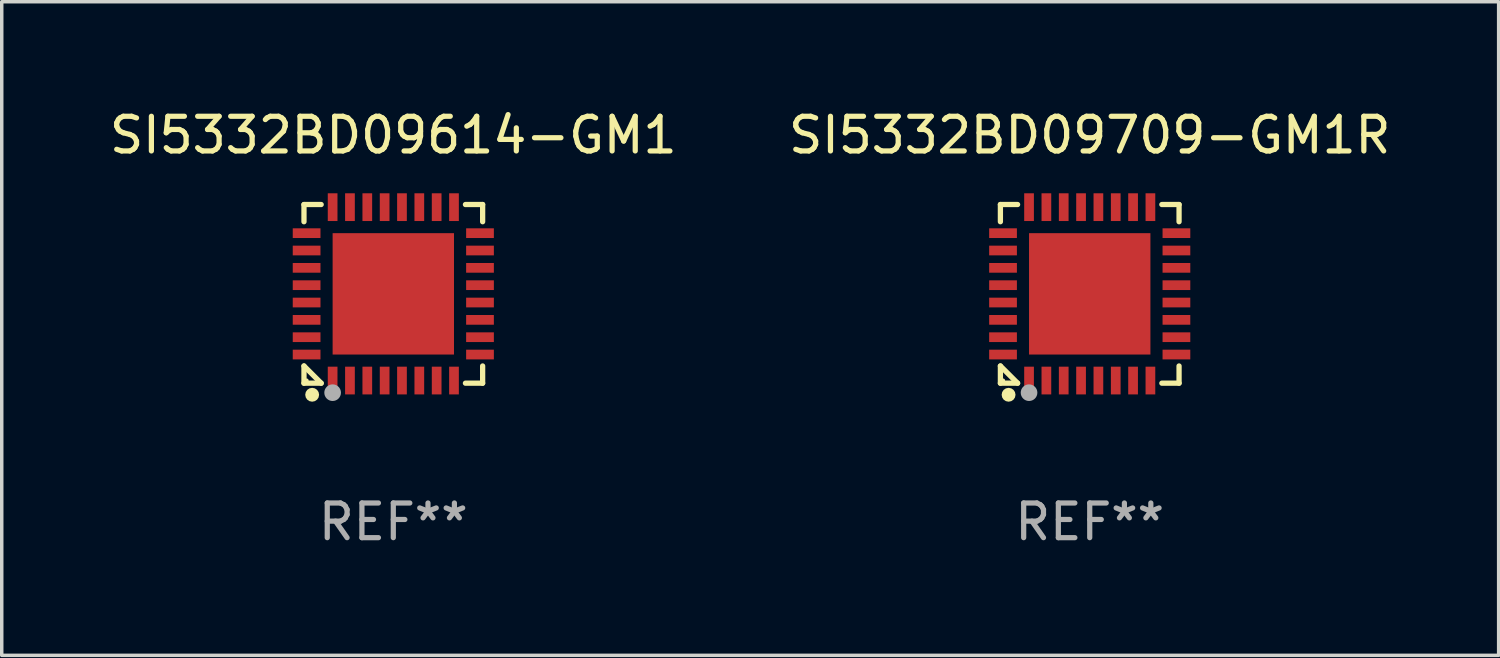
<source format=kicad_pcb>
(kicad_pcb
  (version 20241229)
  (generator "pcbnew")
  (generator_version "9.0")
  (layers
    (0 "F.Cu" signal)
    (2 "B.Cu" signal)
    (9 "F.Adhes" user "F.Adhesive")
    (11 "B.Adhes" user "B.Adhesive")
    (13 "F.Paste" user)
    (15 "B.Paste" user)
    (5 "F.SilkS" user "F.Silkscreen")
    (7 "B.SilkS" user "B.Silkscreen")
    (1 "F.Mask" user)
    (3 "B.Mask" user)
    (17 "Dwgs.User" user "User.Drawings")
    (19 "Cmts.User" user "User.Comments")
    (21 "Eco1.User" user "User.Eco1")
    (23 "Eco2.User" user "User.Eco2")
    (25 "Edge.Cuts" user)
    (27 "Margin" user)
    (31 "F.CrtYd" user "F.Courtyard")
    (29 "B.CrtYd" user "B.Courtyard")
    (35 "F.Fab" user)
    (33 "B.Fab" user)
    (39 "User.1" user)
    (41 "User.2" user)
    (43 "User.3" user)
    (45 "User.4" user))
  (footprint "SI5332BD09709-GM1R"
    (layer "F.Cu")
    (at 28.375 5.424)
    (property "Reference" "SI5332BD09709-GM1R" (at 0 -4.576 0) (layer "F.SilkS") (effects (font (size 1 1) (thickness 0.15))))
    (attr through_hole)
    (fp_line (start -2.576 -2.576) (end -2.08 -2.576) (stroke (width 0.152) (type solid)) (layer "F.SilkS"))
    (fp_line (start -2.576 -2.08) (end -2.576 -2.576) (stroke (width 0.152) (type solid)) (layer "F.SilkS"))
    (fp_line (start -2.576 2.08) (end -2.576 2.576) (stroke (width 0.152) (type solid)) (layer "F.SilkS"))
    (fp_line (start -2.576 2.08) (end -2.08 2.576) (stroke (width 0.152) (type solid)) (layer "F.SilkS"))
    (fp_line (start -2.576 2.576) (end -2.08 2.576) (stroke (width 0.152) (type solid)) (layer "F.SilkS"))
    (fp_line (start 2.576 -2.576) (end 2.08 -2.576) (stroke (width 0.152) (type solid)) (layer "F.SilkS"))
    (fp_line (start 2.576 -2.08) (end 2.576 -2.576) (stroke (width 0.152) (type solid)) (layer "F.SilkS"))
    (fp_line (start 2.576 2.08) (end 2.576 2.576) (stroke (width 0.152) (type solid)) (layer "F.SilkS"))
    (fp_line (start 2.576 2.576) (end 2.08 2.576) (stroke (width 0.152) (type solid)) (layer "F.SilkS"))
    (fp_circle (center -2.5 2.5) (end -2.47 2.5) (stroke (width 0.06) (type solid)) (fill no) (layer "F.SilkS"))
    (fp_circle (center -2.34 2.91) (end -2.24 2.91) (stroke (width 0.2) (type solid)) (fill no) (layer "F.SilkS"))
    (fp_circle (center -1.75 2.85) (end -1.63 2.85) (stroke (width 0.24) (type solid)) (fill no) (layer "F.Fab"))
    (fp_text user "REF**" (at 0 6.576 0) (layer "F.Fab") (effects (font (size 1 1) (thickness 0.15))))
    (pad "1" smd rect (at -1.75 2.5) (size 0.28 0.8) (layers "F.Cu" "F.Mask" "F.Paste"))
    (pad "2" smd rect (at -1.25 2.5) (size 0.28 0.8) (layers "F.Cu" "F.Mask" "F.Paste"))
    (pad "3" smd rect (at -0.75 2.5) (size 0.28 0.8) (layers "F.Cu" "F.Mask" "F.Paste"))
    (pad "4" smd rect (at -0.25 2.5) (size 0.28 0.8) (layers "F.Cu" "F.Mask" "F.Paste"))
    (pad "5" smd rect (at 0.25 2.5) (size 0.28 0.8) (layers "F.Cu" "F.Mask" "F.Paste"))
    (pad "6" smd rect (at 0.75 2.5) (size 0.28 0.8) (layers "F.Cu" "F.Mask" "F.Paste"))
    (pad "7" smd rect (at 1.25 2.5) (size 0.28 0.8) (layers "F.Cu" "F.Mask" "F.Paste"))
    (pad "8" smd rect (at 1.75 2.5) (size 0.28 0.8) (layers "F.Cu" "F.Mask" "F.Paste"))
    (pad "9" smd rect (at 2.5 1.75) (size 0.8 0.28) (layers "F.Cu" "F.Mask" "F.Paste"))
    (pad "10" smd rect (at 2.5 1.25) (size 0.8 0.28) (layers "F.Cu" "F.Mask" "F.Paste"))
    (pad "11" smd rect (at 2.5 0.75) (size 0.8 0.28) (layers "F.Cu" "F.Mask" "F.Paste"))
    (pad "12" smd rect (at 2.5 0.25) (size 0.8 0.28) (layers "F.Cu" "F.Mask" "F.Paste"))
    (pad "13" smd rect (at 2.5 -0.25) (size 0.8 0.28) (layers "F.Cu" "F.Mask" "F.Paste"))
    (pad "14" smd rect (at 2.5 -0.75) (size 0.8 0.28) (layers "F.Cu" "F.Mask" "F.Paste"))
    (pad "15" smd rect (at 2.5 -1.25) (size 0.8 0.28) (layers "F.Cu" "F.Mask" "F.Paste"))
    (pad "16" smd rect (at 2.5 -1.75) (size 0.8 0.28) (layers "F.Cu" "F.Mask" "F.Paste"))
    (pad "17" smd rect (at 1.75 -2.5) (size 0.28 0.8) (layers "F.Cu" "F.Mask" "F.Paste"))
    (pad "18" smd rect (at 1.25 -2.5) (size 0.28 0.8) (layers "F.Cu" "F.Mask" "F.Paste"))
    (pad "19" smd rect (at 0.75 -2.5) (size 0.28 0.8) (layers "F.Cu" "F.Mask" "F.Paste"))
    (pad "20" smd rect (at 0.25 -2.5) (size 0.28 0.8) (layers "F.Cu" "F.Mask" "F.Paste"))
    (pad "21" smd rect (at -0.25 -2.5) (size 0.28 0.8) (layers "F.Cu" "F.Mask" "F.Paste"))
    (pad "22" smd rect (at -0.75 -2.5) (size 0.28 0.8) (layers "F.Cu" "F.Mask" "F.Paste"))
    (pad "23" smd rect (at -1.25 -2.5) (size 0.28 0.8) (layers "F.Cu" "F.Mask" "F.Paste"))
    (pad "24" smd rect (at -1.75 -2.5) (size 0.28 0.8) (layers "F.Cu" "F.Mask" "F.Paste"))
    (pad "25" smd rect (at -2.5 -1.75) (size 0.8 0.28) (layers "F.Cu" "F.Mask" "F.Paste"))
    (pad "26" smd rect (at -2.5 -1.25) (size 0.8 0.28) (layers "F.Cu" "F.Mask" "F.Paste"))
    (pad "27" smd rect (at -2.5 -0.75) (size 0.8 0.28) (layers "F.Cu" "F.Mask" "F.Paste"))
    (pad "28" smd rect (at -2.5 -0.25) (size 0.8 0.28) (layers "F.Cu" "F.Mask" "F.Paste"))
    (pad "29" smd rect (at -2.5 0.25) (size 0.8 0.28) (layers "F.Cu" "F.Mask" "F.Paste"))
    (pad "30" smd rect (at -2.5 0.75) (size 0.8 0.28) (layers "F.Cu" "F.Mask" "F.Paste"))
    (pad "31" smd rect (at -2.5 1.25) (size 0.8 0.28) (layers "F.Cu" "F.Mask" "F.Paste"))
    (pad "32" smd rect (at -2.5 1.75) (size 0.8 0.28) (layers "F.Cu" "F.Mask" "F.Paste"))
    (pad "33" smd rect (at 0 0) (size 3.5 3.5) (layers "F.Cu" "F.Mask" "F.Paste")))
  (footprint "SI5332BD09614-GM1"
    (layer "F.Cu")
    (at 8.292 5.424)
    (property "Reference" "SI5332BD09614-GM1" (at 0 -4.576 0) (layer "F.SilkS") (effects (font (size 1 1) (thickness 0.15))))
    (attr through_hole)
    (fp_line (start -2.576 -2.576) (end -2.08 -2.576) (stroke (width 0.152) (type solid)) (layer "F.SilkS"))
    (fp_line (start -2.576 -2.08) (end -2.576 -2.576) (stroke (width 0.152) (type solid)) (layer "F.SilkS"))
    (fp_line (start -2.576 2.08) (end -2.576 2.576) (stroke (width 0.152) (type solid)) (layer "F.SilkS"))
    (fp_line (start -2.576 2.08) (end -2.08 2.576) (stroke (width 0.152) (type solid)) (layer "F.SilkS"))
    (fp_line (start -2.576 2.576) (end -2.08 2.576) (stroke (width 0.152) (type solid)) (layer "F.SilkS"))
    (fp_line (start 2.576 -2.576) (end 2.08 -2.576) (stroke (width 0.152) (type solid)) (layer "F.SilkS"))
    (fp_line (start 2.576 -2.08) (end 2.576 -2.576) (stroke (width 0.152) (type solid)) (layer "F.SilkS"))
    (fp_line (start 2.576 2.08) (end 2.576 2.576) (stroke (width 0.152) (type solid)) (layer "F.SilkS"))
    (fp_line (start 2.576 2.576) (end 2.08 2.576) (stroke (width 0.152) (type solid)) (layer "F.SilkS"))
    (fp_circle (center -2.5 2.5) (end -2.47 2.5) (stroke (width 0.06) (type solid)) (fill no) (layer "F.SilkS"))
    (fp_circle (center -2.34 2.91) (end -2.24 2.91) (stroke (width 0.2) (type solid)) (fill no) (layer "F.SilkS"))
    (fp_circle (center -1.75 2.85) (end -1.63 2.85) (stroke (width 0.24) (type solid)) (fill no) (layer "F.Fab"))
    (fp_text user "REF**" (at 0 6.576 0) (layer "F.Fab") (effects (font (size 1 1) (thickness 0.15))))
    (pad "1" smd rect (at -1.75 2.5) (size 0.28 0.8) (layers "F.Cu" "F.Mask" "F.Paste"))
    (pad "2" smd rect (at -1.25 2.5) (size 0.28 0.8) (layers "F.Cu" "F.Mask" "F.Paste"))
    (pad "3" smd rect (at -0.75 2.5) (size 0.28 0.8) (layers "F.Cu" "F.Mask" "F.Paste"))
    (pad "4" smd rect (at -0.25 2.5) (size 0.28 0.8) (layers "F.Cu" "F.Mask" "F.Paste"))
    (pad "5" smd rect (at 0.25 2.5) (size 0.28 0.8) (layers "F.Cu" "F.Mask" "F.Paste"))
    (pad "6" smd rect (at 0.75 2.5) (size 0.28 0.8) (layers "F.Cu" "F.Mask" "F.Paste"))
    (pad "7" smd rect (at 1.25 2.5) (size 0.28 0.8) (layers "F.Cu" "F.Mask" "F.Paste"))
    (pad "8" smd rect (at 1.75 2.5) (size 0.28 0.8) (layers "F.Cu" "F.Mask" "F.Paste"))
    (pad "9" smd rect (at 2.5 1.75) (size 0.8 0.28) (layers "F.Cu" "F.Mask" "F.Paste"))
    (pad "10" smd rect (at 2.5 1.25) (size 0.8 0.28) (layers "F.Cu" "F.Mask" "F.Paste"))
    (pad "11" smd rect (at 2.5 0.75) (size 0.8 0.28) (layers "F.Cu" "F.Mask" "F.Paste"))
    (pad "12" smd rect (at 2.5 0.25) (size 0.8 0.28) (layers "F.Cu" "F.Mask" "F.Paste"))
    (pad "13" smd rect (at 2.5 -0.25) (size 0.8 0.28) (layers "F.Cu" "F.Mask" "F.Paste"))
    (pad "14" smd rect (at 2.5 -0.75) (size 0.8 0.28) (layers "F.Cu" "F.Mask" "F.Paste"))
    (pad "15" smd rect (at 2.5 -1.25) (size 0.8 0.28) (layers "F.Cu" "F.Mask" "F.Paste"))
    (pad "16" smd rect (at 2.5 -1.75) (size 0.8 0.28) (layers "F.Cu" "F.Mask" "F.Paste"))
    (pad "17" smd rect (at 1.75 -2.5) (size 0.28 0.8) (layers "F.Cu" "F.Mask" "F.Paste"))
    (pad "18" smd rect (at 1.25 -2.5) (size 0.28 0.8) (layers "F.Cu" "F.Mask" "F.Paste"))
    (pad "19" smd rect (at 0.75 -2.5) (size 0.28 0.8) (layers "F.Cu" "F.Mask" "F.Paste"))
    (pad "20" smd rect (at 0.25 -2.5) (size 0.28 0.8) (layers "F.Cu" "F.Mask" "F.Paste"))
    (pad "21" smd rect (at -0.25 -2.5) (size 0.28 0.8) (layers "F.Cu" "F.Mask" "F.Paste"))
    (pad "22" smd rect (at -0.75 -2.5) (size 0.28 0.8) (layers "F.Cu" "F.Mask" "F.Paste"))
    (pad "23" smd rect (at -1.25 -2.5) (size 0.28 0.8) (layers "F.Cu" "F.Mask" "F.Paste"))
    (pad "24" smd rect (at -1.75 -2.5) (size 0.28 0.8) (layers "F.Cu" "F.Mask" "F.Paste"))
    (pad "25" smd rect (at -2.5 -1.75) (size 0.8 0.28) (layers "F.Cu" "F.Mask" "F.Paste"))
    (pad "26" smd rect (at -2.5 -1.25) (size 0.8 0.28) (layers "F.Cu" "F.Mask" "F.Paste"))
    (pad "27" smd rect (at -2.5 -0.75) (size 0.8 0.28) (layers "F.Cu" "F.Mask" "F.Paste"))
    (pad "28" smd rect (at -2.5 -0.25) (size 0.8 0.28) (layers "F.Cu" "F.Mask" "F.Paste"))
    (pad "29" smd rect (at -2.5 0.25) (size 0.8 0.28) (layers "F.Cu" "F.Mask" "F.Paste"))
    (pad "30" smd rect (at -2.5 0.75) (size 0.8 0.28) (layers "F.Cu" "F.Mask" "F.Paste"))
    (pad "31" smd rect (at -2.5 1.25) (size 0.8 0.28) (layers "F.Cu" "F.Mask" "F.Paste"))
    (pad "32" smd rect (at -2.5 1.75) (size 0.8 0.28) (layers "F.Cu" "F.Mask" "F.Paste"))
    (pad "33" smd rect (at 0 0) (size 3.5 3.5) (layers "F.Cu" "F.Mask" "F.Paste")))
  (gr_rect
    (start -3 -3)
    (end 40.167 15.849)
    (stroke (width 0.1) (type default))
    (fill no)
    (layer "Edge.Cuts")))
</source>
